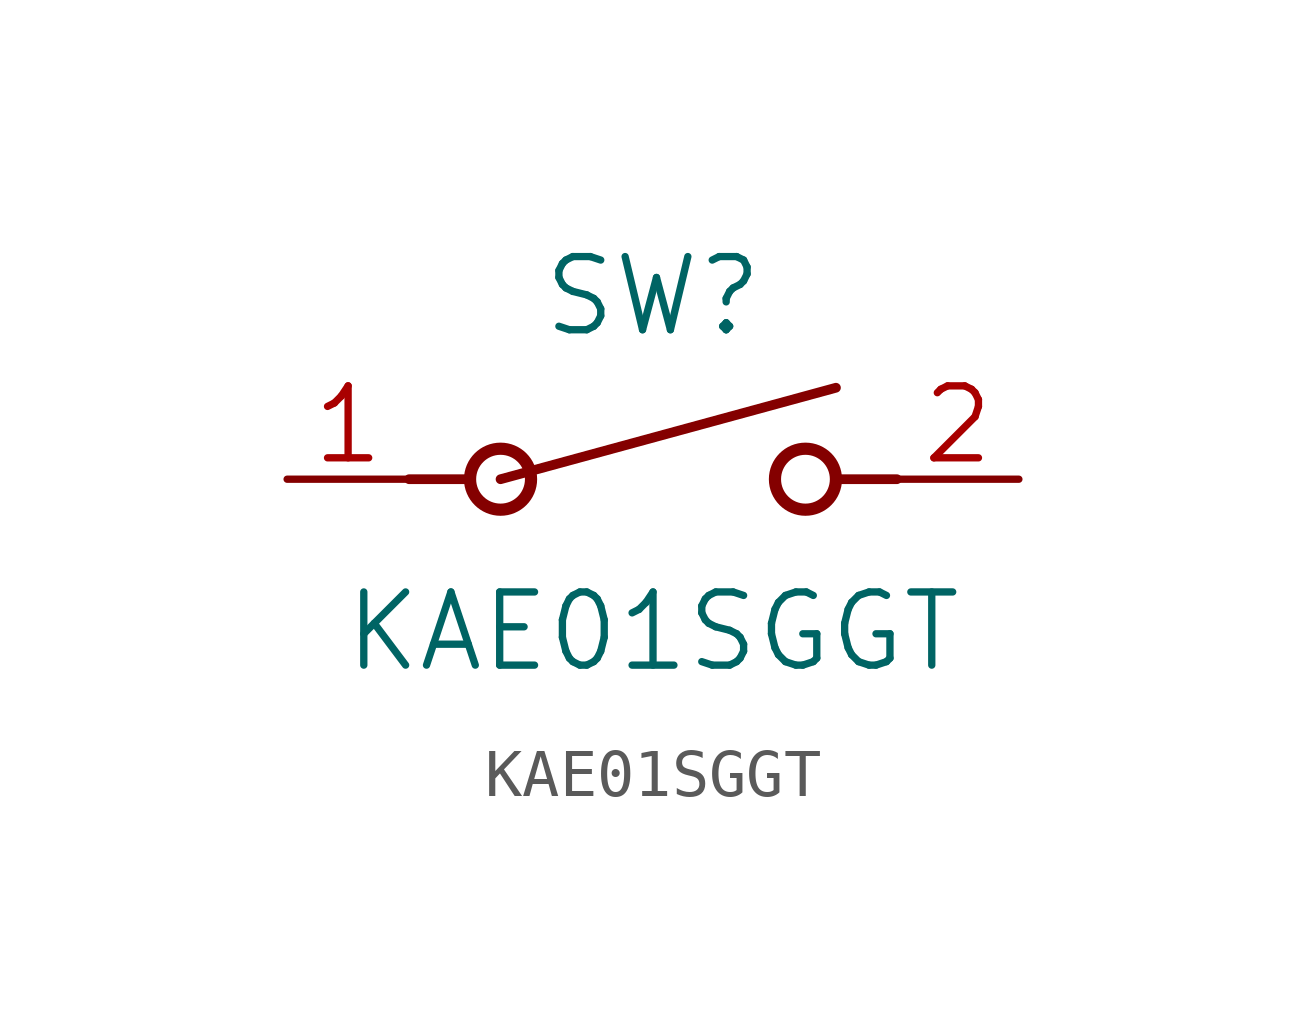
<source format=kicad_sym>
(kicad_symbol_lib
  (version 20211014)
  (generator kicad_symbol_editor)
  (symbol "KAE01SGGT"
    (pin_names
      (offset -1.905) hide)
    (property "Reference" "SW"
      (at 7.62 3.81 0)
      (effects (font (size 1.524 1.524))))
    (property "Value" "KAE01SGGT"
      (at 7.62 -3.175 0)
      (effects (font (size 1.524 1.524))))
    (property "Datasheet" ""
      (at 0 0 0)
      (effects (font (size 1.524 1.524))))
    (property "ki_locked" ""
      (at 0 0 0)
      (effects (font (size 1.27 1.27))))
    (symbol "KAE01SGGT_1_1"
      (polyline (pts (xy 2.54 0) (xy 3.81 0)) (stroke (width 0.203) (type default) (color 0 0 0 0)) (fill (type none)))
      (polyline (pts (xy 4.445 0) (xy 11.43 1.905)) (stroke (width 0.203) (type default) (color 0 0 0 0)) (fill (type none)))
      (polyline (pts (xy 12.7 0) (xy 11.43 0)) (stroke (width 0.203) (type default) (color 0 0 0 0)) (fill (type none)))
      (circle (center 4.445 0) (radius 0.635) (stroke (width 0.254) (type default) (color 0 0 0 0)) (fill (type none)))
      (circle (center 10.795 0) (radius 0.635) (stroke (width 0.254) (type default) (color 0 0 0 0)) (fill (type none)))
      (pin unspecified line (at 0 0 0) (length 2.54) (name "1" (effects (font (size 1.499 1.499)))) (number "1" (effects (font (size 1.499 1.499)))))
      (pin unspecified line (at 15.24 0 180) (length 2.54) (name "2" (effects (font (size 1.499 1.499)))) (number "2" (effects (font (size 1.499 1.499))))))))
</source>
